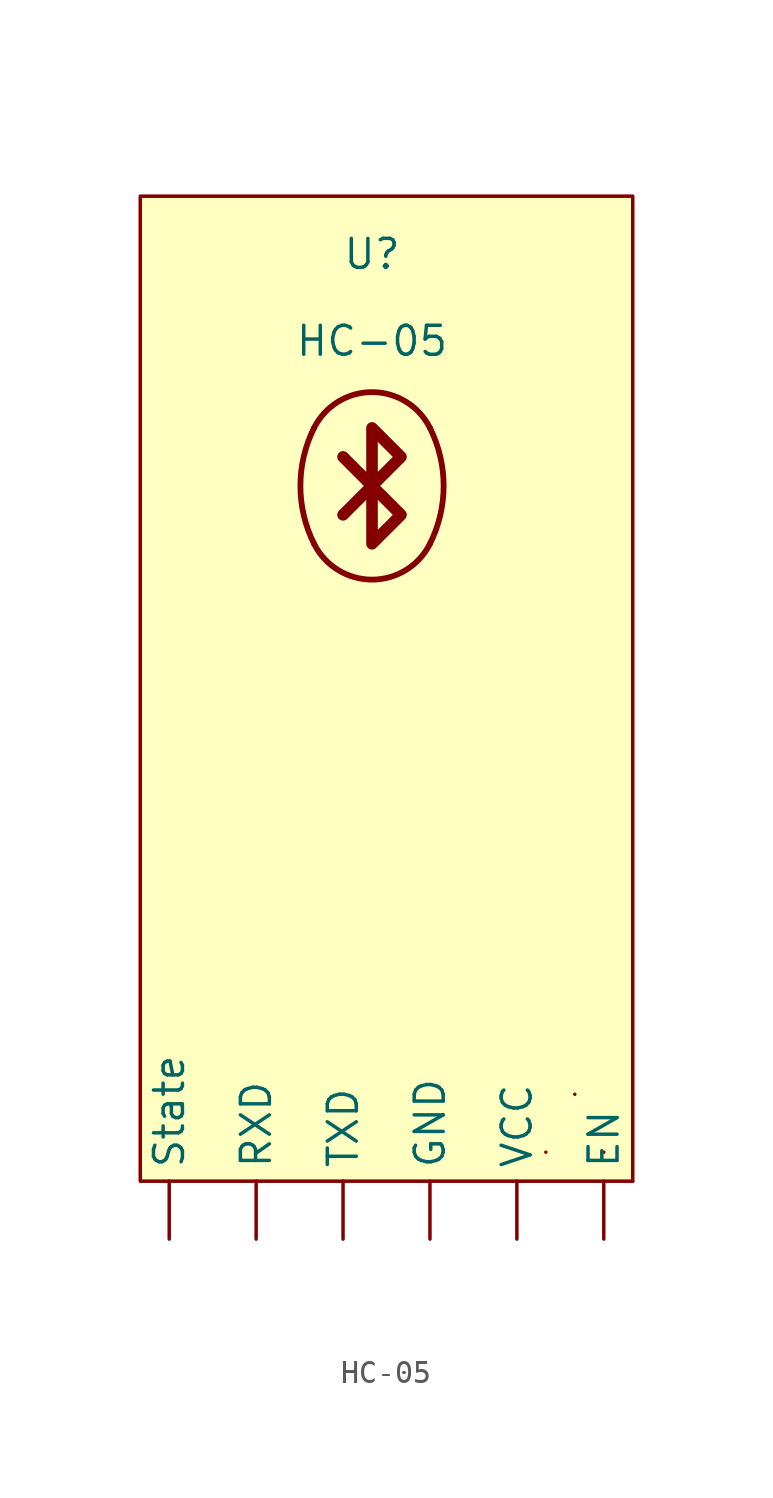
<source format=kicad_sym>
(kicad_symbol_lib
  (version 20211014)
  (generator kicad_symbol_editor)
  (symbol "HC-05"
    (property "Reference" "U"
      (at -11.43 40.64 0)
      (effects (font (size 1.27 1.27))))
    (property "Value" "HC-05"
      (at -11.43 36.83 0)
      (effects (font (size 1.27 1.27))))
    (symbol "HC-05_0_1"
      (rectangle (start -21.59 43.18) (end 0 0) (stroke (width 0) (type default) (color 0 0 0 0)) (fill (type background)))
      (arc (start -13.9699 27.94) (mid -11.4299 26.3702) (end -8.8899 27.94) (stroke (width 0.254) (type default) (color 0 0 0 0)) (fill (type background)))
      (arc (start -13.9701 33.02) (mid -14.5697 30.48) (end -13.9701 27.94) (stroke (width 0.254) (type default) (color 0 0 0 0)) (fill (type background)))
      (arc (start -8.8899 27.94) (mid -8.2903 30.48) (end -8.8899 33.02) (stroke (width 0.254) (type default) (color 0 0 0 0)) (fill (type background)))
      (arc (start -8.8899 33.02) (mid -11.4299 34.5898) (end -13.9699 33.02) (stroke (width 0.254) (type default) (color 0 0 0 0)) (fill (type background)))
      (rectangle (start -3.81 1.27) (end -3.81 1.27) (stroke (width 0) (type default) (color 0 0 0 0)) (fill (type none)))
      (rectangle (start -2.54 3.81) (end -2.54 3.81) (stroke (width 0) (type default) (color 0 0 0 0)) (fill (type none)))
      (rectangle (start -1.27 1.27) (end -1.27 1.27) (stroke (width 0) (type default) (color 0 0 0 0)) (fill (type none)))
      (rectangle (start 0 0) (end 0 0) (stroke (width 0) (type default) (color 0 0 0 0)) (fill (type none)))
      (polyline (pts (xy -11.43 30.48) (xy -12.7 29.21)) (stroke (width 0.508) (type default) (color 0 0 0 0)) (fill (type none)))
      (polyline (pts (xy -11.43 30.48) (xy -12.7 31.75)) (stroke (width 0.508) (type default) (color 0 0 0 0)) (fill (type none)))
      (polyline (pts (xy -11.43 33.02) (xy -10.16 31.75) (xy -11.43 30.48) (xy -10.16 29.21) (xy -11.43 27.94) (xy -11.43 33.02)) (stroke (width 0.508) (type default) (color 0 0 0 0)) (fill (type none))))
    (symbol "HC-05_1_1"
      (pin input line (at -1.27 -2.54 90) (length 2.54) (name "EN" (effects (font (size 1.27 1.27)))) (number "" (effects (font (size 1.27 1.27)))))
      (pin power_in line (at -8.89 -2.54 90) (length 2.54) (name "GND" (effects (font (size 1.27 1.27)))) (number "" (effects (font (size 1.27 1.27)))))
      (pin input line (at -16.51 -2.54 90) (length 2.54) (name "RXD" (effects (font (size 1.27 1.27)))) (number "" (effects (font (size 1.27 1.27)))))
      (pin input line (at -20.32 -2.54 90) (length 2.54) (name "State" (effects (font (size 1.27 1.27)))) (number "" (effects (font (size 1.27 1.27)))))
      (pin output line (at -12.7 -2.54 90) (length 2.54) (name "TXD" (effects (font (size 1.27 1.27)))) (number "" (effects (font (size 1.27 1.27)))))
      (pin power_in line (at -5.08 -2.54 90) (length 2.54) (name "VCC" (effects (font (size 1.27 1.27)))) (number "" (effects (font (size 1.27 1.27))))))))
</source>
